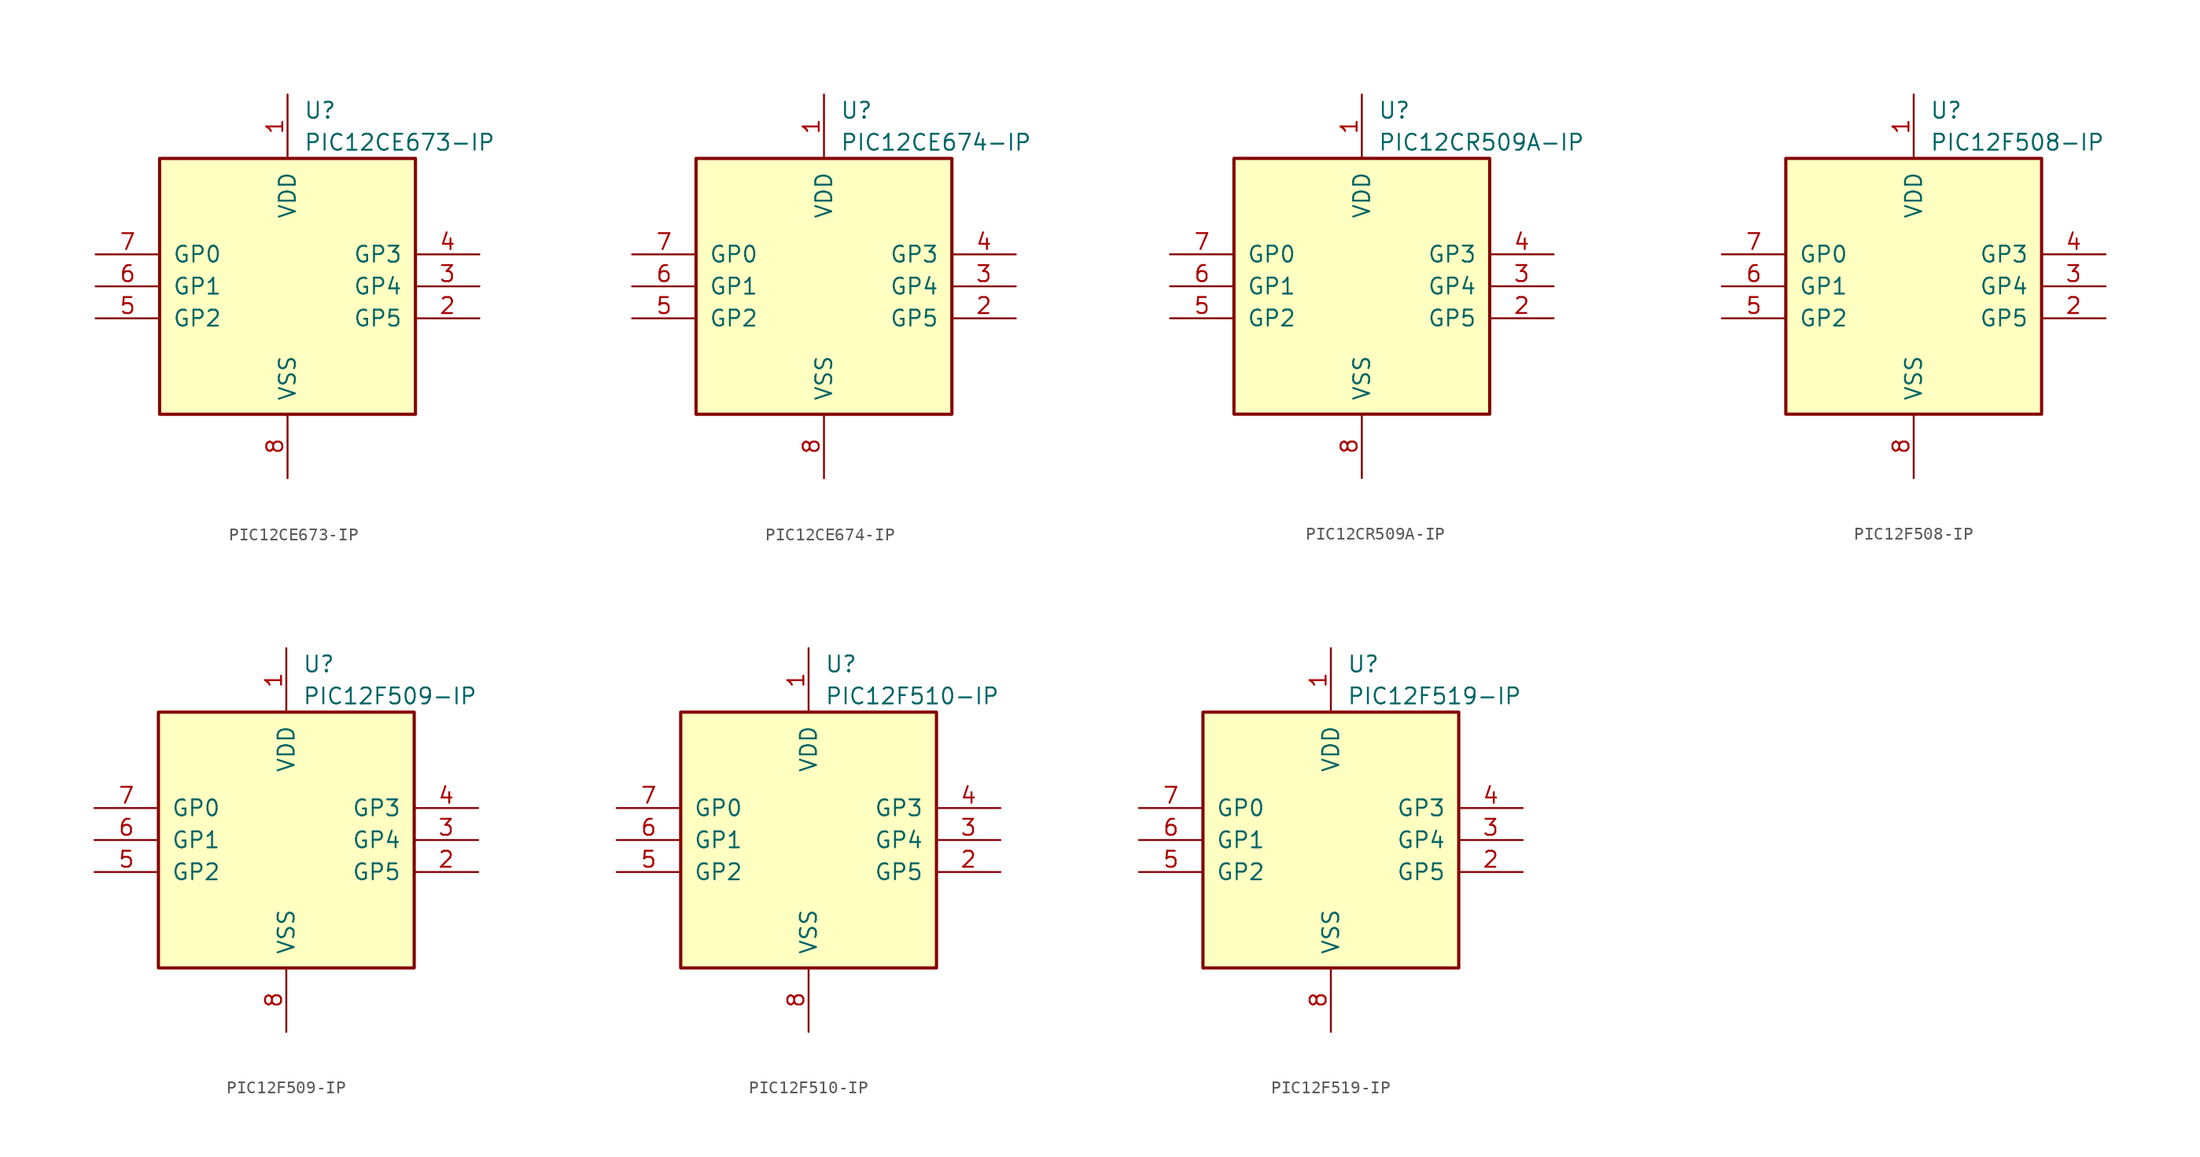
<source format=kicad_sym>
(kicad_symbol_lib
  (version 20201005)
  (generator kicad_symbol_editor)
  (symbol "MCU_Microchip_PIC12:PIC12CE673-IP"
    (pin_names
      (offset 1.016))
    (property "Reference" "U"
      (at 1.27 13.97 0)
      (effects (font (size 1.27 1.27)) (justify left)))
    (property "Value" "PIC12CE673-IP"
      (at 1.27 11.43 0)
      (effects (font (size 1.27 1.27)) (justify left)))
    (symbol "PIC12CE673-IP_0_1"
      (rectangle (start 10.16 -10.16) (end -10.16 10.16) (stroke (width 0.254)) (fill (type background))))
    (symbol "PIC12CE673-IP_1_1"
      (pin power_in line (at 0 15.24 270) (length 5.08) (name "VDD" (effects (font (size 1.27 1.27)))) (number "1" (effects (font (size 1.27 1.27)))))
      (pin bidirectional line (at 15.24 -2.54 180) (length 5.08) (name "GP5" (effects (font (size 1.27 1.27)))) (number "2" (effects (font (size 1.27 1.27)))))
      (pin bidirectional line (at 15.24 0 180) (length 5.08) (name "GP4" (effects (font (size 1.27 1.27)))) (number "3" (effects (font (size 1.27 1.27)))))
      (pin input line (at 15.24 2.54 180) (length 5.08) (name "GP3" (effects (font (size 1.27 1.27)))) (number "4" (effects (font (size 1.27 1.27)))))
      (pin bidirectional line (at -15.24 -2.54 0) (length 5.08) (name "GP2" (effects (font (size 1.27 1.27)))) (number "5" (effects (font (size 1.27 1.27)))))
      (pin bidirectional line (at -15.24 0 0) (length 5.08) (name "GP1" (effects (font (size 1.27 1.27)))) (number "6" (effects (font (size 1.27 1.27)))))
      (pin bidirectional line (at -15.24 2.54 0) (length 5.08) (name "GP0" (effects (font (size 1.27 1.27)))) (number "7" (effects (font (size 1.27 1.27)))))
      (pin power_in line (at 0 -15.24 90) (length 5.08) (name "VSS" (effects (font (size 1.27 1.27)))) (number "8" (effects (font (size 1.27 1.27)))))))
  (symbol "MCU_Microchip_PIC12:PIC12CE674-IP"
    (pin_names
      (offset 1.016))
    (property "Reference" "U"
      (at 1.27 13.97 0)
      (effects (font (size 1.27 1.27)) (justify left)))
    (property "Value" "PIC12CE674-IP"
      (at 1.27 11.43 0)
      (effects (font (size 1.27 1.27)) (justify left)))
    (symbol "PIC12CE674-IP_0_1"
      (rectangle (start 10.16 -10.16) (end -10.16 10.16) (stroke (width 0.254)) (fill (type background))))
    (symbol "PIC12CE674-IP_1_1"
      (pin power_in line (at 0 15.24 270) (length 5.08) (name "VDD" (effects (font (size 1.27 1.27)))) (number "1" (effects (font (size 1.27 1.27)))))
      (pin bidirectional line (at 15.24 -2.54 180) (length 5.08) (name "GP5" (effects (font (size 1.27 1.27)))) (number "2" (effects (font (size 1.27 1.27)))))
      (pin bidirectional line (at 15.24 0 180) (length 5.08) (name "GP4" (effects (font (size 1.27 1.27)))) (number "3" (effects (font (size 1.27 1.27)))))
      (pin input line (at 15.24 2.54 180) (length 5.08) (name "GP3" (effects (font (size 1.27 1.27)))) (number "4" (effects (font (size 1.27 1.27)))))
      (pin bidirectional line (at -15.24 -2.54 0) (length 5.08) (name "GP2" (effects (font (size 1.27 1.27)))) (number "5" (effects (font (size 1.27 1.27)))))
      (pin bidirectional line (at -15.24 0 0) (length 5.08) (name "GP1" (effects (font (size 1.27 1.27)))) (number "6" (effects (font (size 1.27 1.27)))))
      (pin bidirectional line (at -15.24 2.54 0) (length 5.08) (name "GP0" (effects (font (size 1.27 1.27)))) (number "7" (effects (font (size 1.27 1.27)))))
      (pin power_in line (at 0 -15.24 90) (length 5.08) (name "VSS" (effects (font (size 1.27 1.27)))) (number "8" (effects (font (size 1.27 1.27)))))))
  (symbol "MCU_Microchip_PIC12:PIC12CR509A-IP"
    (pin_names
      (offset 1.016))
    (property "Reference" "U"
      (at 1.27 13.97 0)
      (effects (font (size 1.27 1.27)) (justify left)))
    (property "Value" "PIC12CR509A-IP"
      (at 1.27 11.43 0)
      (effects (font (size 1.27 1.27)) (justify left)))
    (symbol "PIC12CR509A-IP_0_1"
      (rectangle (start 10.16 -10.16) (end -10.16 10.16) (stroke (width 0.254)) (fill (type background))))
    (symbol "PIC12CR509A-IP_1_1"
      (pin power_in line (at 0 15.24 270) (length 5.08) (name "VDD" (effects (font (size 1.27 1.27)))) (number "1" (effects (font (size 1.27 1.27)))))
      (pin bidirectional line (at 15.24 -2.54 180) (length 5.08) (name "GP5" (effects (font (size 1.27 1.27)))) (number "2" (effects (font (size 1.27 1.27)))))
      (pin bidirectional line (at 15.24 0 180) (length 5.08) (name "GP4" (effects (font (size 1.27 1.27)))) (number "3" (effects (font (size 1.27 1.27)))))
      (pin input line (at 15.24 2.54 180) (length 5.08) (name "GP3" (effects (font (size 1.27 1.27)))) (number "4" (effects (font (size 1.27 1.27)))))
      (pin bidirectional line (at -15.24 -2.54 0) (length 5.08) (name "GP2" (effects (font (size 1.27 1.27)))) (number "5" (effects (font (size 1.27 1.27)))))
      (pin bidirectional line (at -15.24 0 0) (length 5.08) (name "GP1" (effects (font (size 1.27 1.27)))) (number "6" (effects (font (size 1.27 1.27)))))
      (pin bidirectional line (at -15.24 2.54 0) (length 5.08) (name "GP0" (effects (font (size 1.27 1.27)))) (number "7" (effects (font (size 1.27 1.27)))))
      (pin power_in line (at 0 -15.24 90) (length 5.08) (name "VSS" (effects (font (size 1.27 1.27)))) (number "8" (effects (font (size 1.27 1.27)))))))
  (symbol "MCU_Microchip_PIC12:PIC12F508-IP"
    (pin_names
      (offset 1.016))
    (property "Reference" "U"
      (at 1.27 13.97 0)
      (effects (font (size 1.27 1.27)) (justify left)))
    (property "Value" "PIC12F508-IP"
      (at 1.27 11.43 0)
      (effects (font (size 1.27 1.27)) (justify left)))
    (symbol "PIC12F508-IP_0_1"
      (rectangle (start 10.16 -10.16) (end -10.16 10.16) (stroke (width 0.254)) (fill (type background))))
    (symbol "PIC12F508-IP_1_1"
      (pin power_in line (at 0 15.24 270) (length 5.08) (name "VDD" (effects (font (size 1.27 1.27)))) (number "1" (effects (font (size 1.27 1.27)))))
      (pin bidirectional line (at 15.24 -2.54 180) (length 5.08) (name "GP5" (effects (font (size 1.27 1.27)))) (number "2" (effects (font (size 1.27 1.27)))))
      (pin bidirectional line (at 15.24 0 180) (length 5.08) (name "GP4" (effects (font (size 1.27 1.27)))) (number "3" (effects (font (size 1.27 1.27)))))
      (pin input line (at 15.24 2.54 180) (length 5.08) (name "GP3" (effects (font (size 1.27 1.27)))) (number "4" (effects (font (size 1.27 1.27)))))
      (pin bidirectional line (at -15.24 -2.54 0) (length 5.08) (name "GP2" (effects (font (size 1.27 1.27)))) (number "5" (effects (font (size 1.27 1.27)))))
      (pin bidirectional line (at -15.24 0 0) (length 5.08) (name "GP1" (effects (font (size 1.27 1.27)))) (number "6" (effects (font (size 1.27 1.27)))))
      (pin bidirectional line (at -15.24 2.54 0) (length 5.08) (name "GP0" (effects (font (size 1.27 1.27)))) (number "7" (effects (font (size 1.27 1.27)))))
      (pin power_in line (at 0 -15.24 90) (length 5.08) (name "VSS" (effects (font (size 1.27 1.27)))) (number "8" (effects (font (size 1.27 1.27)))))))
  (symbol "MCU_Microchip_PIC12:PIC12F509-IP"
    (pin_names
      (offset 1.016))
    (property "Reference" "U"
      (at 1.27 13.97 0)
      (effects (font (size 1.27 1.27)) (justify left)))
    (property "Value" "PIC12F509-IP"
      (at 1.27 11.43 0)
      (effects (font (size 1.27 1.27)) (justify left)))
    (symbol "PIC12F509-IP_0_1"
      (rectangle (start 10.16 -10.16) (end -10.16 10.16) (stroke (width 0.254)) (fill (type background))))
    (symbol "PIC12F509-IP_1_1"
      (pin power_in line (at 0 15.24 270) (length 5.08) (name "VDD" (effects (font (size 1.27 1.27)))) (number "1" (effects (font (size 1.27 1.27)))))
      (pin bidirectional line (at 15.24 -2.54 180) (length 5.08) (name "GP5" (effects (font (size 1.27 1.27)))) (number "2" (effects (font (size 1.27 1.27)))))
      (pin bidirectional line (at 15.24 0 180) (length 5.08) (name "GP4" (effects (font (size 1.27 1.27)))) (number "3" (effects (font (size 1.27 1.27)))))
      (pin input line (at 15.24 2.54 180) (length 5.08) (name "GP3" (effects (font (size 1.27 1.27)))) (number "4" (effects (font (size 1.27 1.27)))))
      (pin bidirectional line (at -15.24 -2.54 0) (length 5.08) (name "GP2" (effects (font (size 1.27 1.27)))) (number "5" (effects (font (size 1.27 1.27)))))
      (pin bidirectional line (at -15.24 0 0) (length 5.08) (name "GP1" (effects (font (size 1.27 1.27)))) (number "6" (effects (font (size 1.27 1.27)))))
      (pin bidirectional line (at -15.24 2.54 0) (length 5.08) (name "GP0" (effects (font (size 1.27 1.27)))) (number "7" (effects (font (size 1.27 1.27)))))
      (pin power_in line (at 0 -15.24 90) (length 5.08) (name "VSS" (effects (font (size 1.27 1.27)))) (number "8" (effects (font (size 1.27 1.27)))))))
  (symbol "MCU_Microchip_PIC12:PIC12F510-IP"
    (pin_names
      (offset 1.016))
    (property "Reference" "U"
      (at 1.27 13.97 0)
      (effects (font (size 1.27 1.27)) (justify left)))
    (property "Value" "PIC12F510-IP"
      (at 1.27 11.43 0)
      (effects (font (size 1.27 1.27)) (justify left)))
    (symbol "PIC12F510-IP_0_1"
      (rectangle (start 10.16 -10.16) (end -10.16 10.16) (stroke (width 0.254)) (fill (type background))))
    (symbol "PIC12F510-IP_1_1"
      (pin power_in line (at 0 15.24 270) (length 5.08) (name "VDD" (effects (font (size 1.27 1.27)))) (number "1" (effects (font (size 1.27 1.27)))))
      (pin bidirectional line (at 15.24 -2.54 180) (length 5.08) (name "GP5" (effects (font (size 1.27 1.27)))) (number "2" (effects (font (size 1.27 1.27)))))
      (pin bidirectional line (at 15.24 0 180) (length 5.08) (name "GP4" (effects (font (size 1.27 1.27)))) (number "3" (effects (font (size 1.27 1.27)))))
      (pin input line (at 15.24 2.54 180) (length 5.08) (name "GP3" (effects (font (size 1.27 1.27)))) (number "4" (effects (font (size 1.27 1.27)))))
      (pin bidirectional line (at -15.24 -2.54 0) (length 5.08) (name "GP2" (effects (font (size 1.27 1.27)))) (number "5" (effects (font (size 1.27 1.27)))))
      (pin bidirectional line (at -15.24 0 0) (length 5.08) (name "GP1" (effects (font (size 1.27 1.27)))) (number "6" (effects (font (size 1.27 1.27)))))
      (pin bidirectional line (at -15.24 2.54 0) (length 5.08) (name "GP0" (effects (font (size 1.27 1.27)))) (number "7" (effects (font (size 1.27 1.27)))))
      (pin power_in line (at 0 -15.24 90) (length 5.08) (name "VSS" (effects (font (size 1.27 1.27)))) (number "8" (effects (font (size 1.27 1.27)))))))
  (symbol "MCU_Microchip_PIC12:PIC12F519-IP"
    (pin_names
      (offset 1.016))
    (property "Reference" "U"
      (at 1.27 13.97 0)
      (effects (font (size 1.27 1.27)) (justify left)))
    (property "Value" "PIC12F519-IP"
      (at 1.27 11.43 0)
      (effects (font (size 1.27 1.27)) (justify left)))
    (symbol "PIC12F519-IP_0_1"
      (rectangle (start 10.16 -10.16) (end -10.16 10.16) (stroke (width 0.254)) (fill (type background))))
    (symbol "PIC12F519-IP_1_1"
      (pin power_in line (at 0 15.24 270) (length 5.08) (name "VDD" (effects (font (size 1.27 1.27)))) (number "1" (effects (font (size 1.27 1.27)))))
      (pin bidirectional line (at 15.24 -2.54 180) (length 5.08) (name "GP5" (effects (font (size 1.27 1.27)))) (number "2" (effects (font (size 1.27 1.27)))))
      (pin bidirectional line (at 15.24 0 180) (length 5.08) (name "GP4" (effects (font (size 1.27 1.27)))) (number "3" (effects (font (size 1.27 1.27)))))
      (pin input line (at 15.24 2.54 180) (length 5.08) (name "GP3" (effects (font (size 1.27 1.27)))) (number "4" (effects (font (size 1.27 1.27)))))
      (pin bidirectional line (at -15.24 -2.54 0) (length 5.08) (name "GP2" (effects (font (size 1.27 1.27)))) (number "5" (effects (font (size 1.27 1.27)))))
      (pin bidirectional line (at -15.24 0 0) (length 5.08) (name "GP1" (effects (font (size 1.27 1.27)))) (number "6" (effects (font (size 1.27 1.27)))))
      (pin bidirectional line (at -15.24 2.54 0) (length 5.08) (name "GP0" (effects (font (size 1.27 1.27)))) (number "7" (effects (font (size 1.27 1.27)))))
      (pin power_in line (at 0 -15.24 90) (length 5.08) (name "VSS" (effects (font (size 1.27 1.27)))) (number "8" (effects (font (size 1.27 1.27))))))))
</source>
